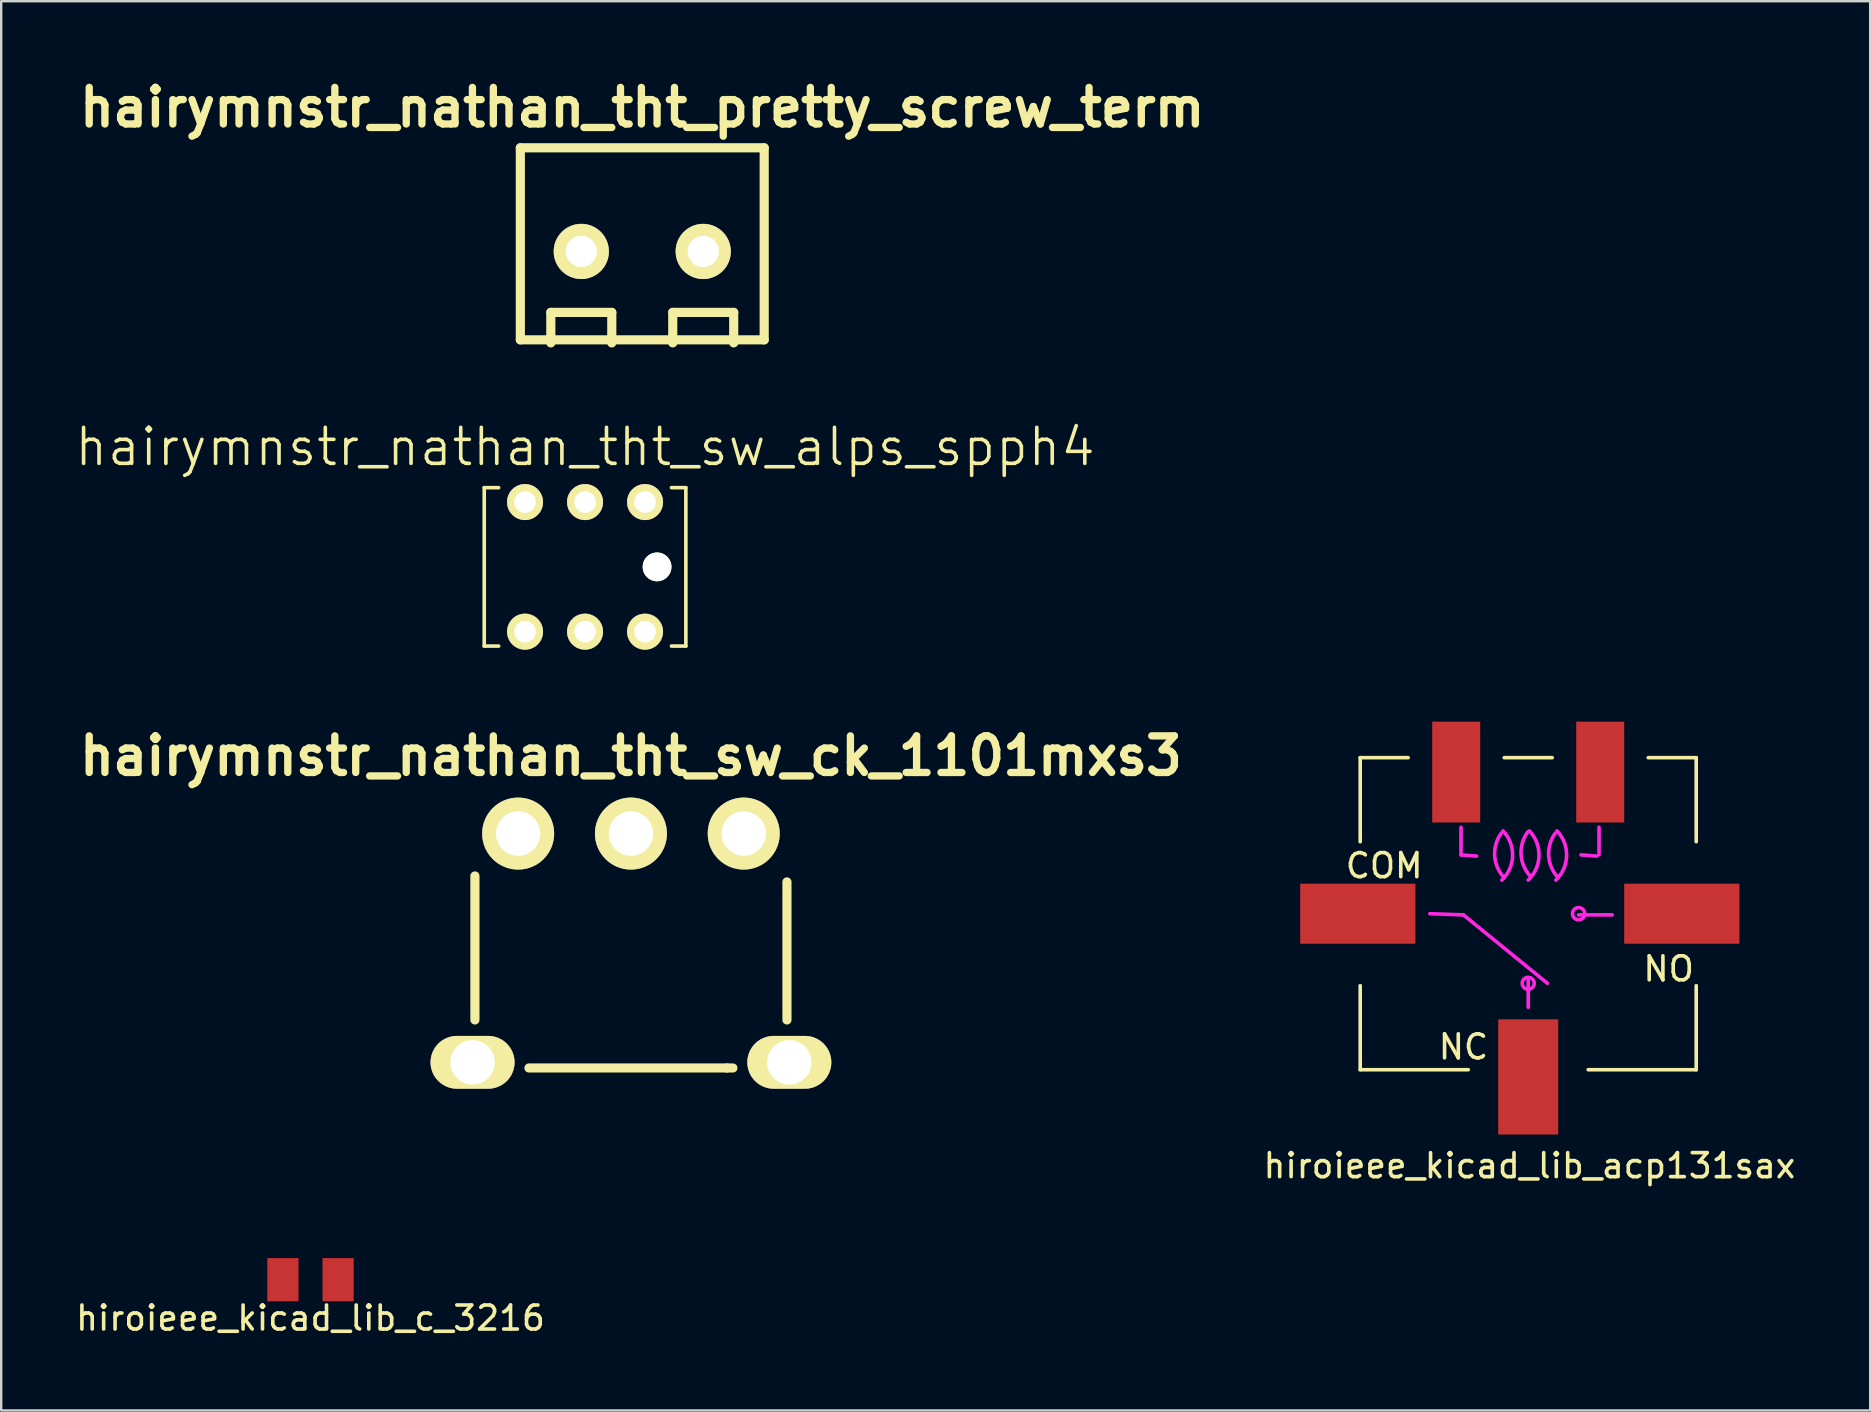
<source format=kicad_pcb>
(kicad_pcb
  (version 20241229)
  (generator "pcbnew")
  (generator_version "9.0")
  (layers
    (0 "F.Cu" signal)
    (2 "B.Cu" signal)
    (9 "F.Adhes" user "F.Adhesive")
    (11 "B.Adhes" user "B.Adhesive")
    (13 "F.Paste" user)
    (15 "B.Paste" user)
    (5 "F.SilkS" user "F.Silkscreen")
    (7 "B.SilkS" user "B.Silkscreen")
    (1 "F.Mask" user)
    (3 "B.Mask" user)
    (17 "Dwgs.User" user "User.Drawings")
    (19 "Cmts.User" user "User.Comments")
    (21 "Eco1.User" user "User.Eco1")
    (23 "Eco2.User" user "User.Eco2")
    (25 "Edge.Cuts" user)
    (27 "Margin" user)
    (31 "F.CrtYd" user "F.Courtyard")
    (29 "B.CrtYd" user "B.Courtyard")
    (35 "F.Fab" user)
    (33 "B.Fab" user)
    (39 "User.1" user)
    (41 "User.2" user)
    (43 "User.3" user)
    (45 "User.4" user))
  (footprint "hairymnstr_nathan_tht_pretty_screw_term"
    (layer "F.Cu")
    (at 23.709 7.426)
    (property "Reference" "hairymnstr_nathan_tht_pretty_screw_term" (at 0 -6 0) (layer "F.SilkS") (effects (font (size 1.524 1.524) (thickness 0.305))))
    (attr through_hole)
    (fp_line (start -5.08 -4.318) (end 5.08 -4.318) (stroke (width 0.381) (type solid)) (layer "F.SilkS"))
    (fp_line (start -5.08 3.683) (end -5.08 -4.318) (stroke (width 0.381) (type solid)) (layer "F.SilkS"))
    (fp_line (start -3.81 2.54) (end -1.27 2.54) (stroke (width 0.381) (type solid)) (layer "F.SilkS"))
    (fp_line (start -3.81 3.81) (end -3.81 2.54) (stroke (width 0.381) (type solid)) (layer "F.SilkS"))
    (fp_line (start -1.27 2.54) (end -1.27 3.81) (stroke (width 0.381) (type solid)) (layer "F.SilkS"))
    (fp_line (start 1.27 2.54) (end 3.81 2.54) (stroke (width 0.381) (type solid)) (layer "F.SilkS"))
    (fp_line (start 1.27 3.81) (end 1.27 2.54) (stroke (width 0.381) (type solid)) (layer "F.SilkS"))
    (fp_line (start 3.81 2.54) (end 3.81 3.81) (stroke (width 0.381) (type solid)) (layer "F.SilkS"))
    (fp_line (start 5.08 -4.318) (end 5.08 3.683) (stroke (width 0.381) (type solid)) (layer "F.SilkS"))
    (fp_line (start 5.08 3.683) (end -5.08 3.683) (stroke (width 0.381) (type solid)) (layer "F.SilkS"))
    (pad "1" thru_hole circle (at -2.54 0) (size 2.3 2.3) (drill 1.3) (layers "*.Cu" "*.Mask" "F.SilkS"))
    (pad "2" thru_hole circle (at 2.54 0) (size 2.3 2.3) (drill 1.3) (layers "*.Cu" "*.Mask" "F.SilkS")))
  (footprint "hairymnstr_nathan_tht_sw_alps_spph4"
    (layer "F.Cu")
    (at 21.325 20.568)
    (property "Reference" "hairymnstr_nathan_tht_sw_alps_spph4" (at 0 -5 0) (layer "F.SilkS") (effects (font (size 1.5 1.5) (thickness 0.15))))
    (attr through_hole)
    (fp_line (start -4.2 -3.3) (end -4.2 3.3) (stroke (width 0.15) (type solid)) (layer "F.SilkS"))
    (fp_line (start -4.2 -3.3) (end -3.6 -3.3) (stroke (width 0.15) (type solid)) (layer "F.SilkS"))
    (fp_line (start -3.6 3.3) (end -4.2 3.3) (stroke (width 0.15) (type solid)) (layer "F.SilkS"))
    (fp_line (start 3.6 -3.3) (end 4.2 -3.3) (stroke (width 0.15) (type solid)) (layer "F.SilkS"))
    (fp_line (start 4.2 -3.3) (end 4.2 3.3) (stroke (width 0.15) (type solid)) (layer "F.SilkS"))
    (fp_line (start 4.2 3.3) (end 3.6 3.3) (stroke (width 0.15) (type solid)) (layer "F.SilkS"))
    (pad "" np_thru_hole circle (at 3 0) (size 1.2 1.2) (drill 1.2) (layers "*.Cu" "*.Mask" "F.SilkS"))
    (pad "1" thru_hole circle (at -2.5 2.7) (size 1.5 1.5) (drill 0.9) (layers "*.Cu" "*.Mask" "F.SilkS"))
    (pad "2" thru_hole circle (at 0 2.7) (size 1.5 1.5) (drill 0.9) (layers "*.Cu" "*.Mask" "F.SilkS"))
    (pad "3" thru_hole circle (at 2.5 2.7) (size 1.5 1.5) (drill 0.9) (layers "*.Cu" "*.Mask" "F.SilkS"))
    (pad "4" thru_hole circle (at -2.5 -2.7) (size 1.5 1.5) (drill 0.9) (layers "*.Cu" "*.Mask" "F.SilkS"))
    (pad "5" thru_hole circle (at 0 -2.7) (size 1.5 1.5) (drill 0.9) (layers "*.Cu" "*.Mask" "F.SilkS"))
    (pad "6" thru_hole circle (at 2.5 -2.7) (size 1.5 1.5) (drill 0.9) (layers "*.Cu" "*.Mask" "F.SilkS")))
  (footprint "hairymnstr_nathan_tht_sw_ck_1101mxs3"
    (layer "F.Cu")
    (at 23.237 36.445)
    (property "Reference" "hairymnstr_nathan_tht_sw_ck_1101mxs3" (at 0 -8.001 0) (layer "F.SilkS") (effects (font (size 1.524 1.524) (thickness 0.305))))
    (attr through_hole)
    (fp_line (start -6.5 3) (end -6.5 -3) (stroke (width 0.381) (type solid)) (layer "F.SilkS"))
    (fp_line (start -4.249 5.001) (end 4 5.001) (stroke (width 0.381) (type solid)) (layer "F.SilkS"))
    (fp_line (start 4 5.001) (end 4.249 5.001) (stroke (width 0.381) (type solid)) (layer "F.SilkS"))
    (fp_line (start 6.5 3) (end 6.5 -2.751) (stroke (width 0.381) (type solid)) (layer "F.SilkS"))
    (pad "1" thru_hole circle (at 4.699 -4.765) (size 3 3) (drill 1.849) (layers "*.Cu" "*.Mask" "F.SilkS"))
    (pad "2" thru_hole circle (at 0 -4.765) (size 3 3) (drill 1.849) (layers "*.Cu" "*.Mask" "F.SilkS"))
    (pad "3" thru_hole circle (at -4.699 -4.765) (size 3 3) (drill 1.849) (layers "*.Cu" "*.Mask" "F.SilkS"))
    (pad "4" thru_hole oval (at -6.599 4.765) (size 3.5 2.2) (drill 1.849) (layers "*.Cu" "*.Mask" "F.SilkS"))
    (pad "4" thru_hole oval (at 6.599 4.765) (size 3.5 2.2) (drill 1.849) (layers "*.Cu" "*.Mask" "F.SilkS")))
  (footprint "hiroieee_kicad_lib_acp131sax"
    (layer "F.Cu")
    (at 60.621 35.018)
    (property "Reference" "hiroieee_kicad_lib_acp131sax" (at 0.05 10.5 0) (layer "F.SilkS") (effects (font (size 1 1) (thickness 0.15))))
    (attr through_hole)
    (fp_line (start -7 -6.5) (end -5 -6.5) (stroke (width 0.15) (type solid)) (layer "F.SilkS"))
    (fp_line (start -7 -3) (end -7 -6.5) (stroke (width 0.15) (type solid)) (layer "F.SilkS"))
    (fp_line (start -7 6.5) (end -7 3) (stroke (width 0.15) (type solid)) (layer "F.SilkS"))
    (fp_line (start -2.5 6.5) (end -7 6.5) (stroke (width 0.15) (type solid)) (layer "F.SilkS"))
    (fp_line (start -1 -6.5) (end 1 -6.5) (stroke (width 0.15) (type solid)) (layer "F.SilkS"))
    (fp_line (start 5 -6.5) (end 7 -6.5) (stroke (width 0.15) (type solid)) (layer "F.SilkS"))
    (fp_line (start 7 -6.5) (end 7 -3) (stroke (width 0.15) (type solid)) (layer "F.SilkS"))
    (fp_line (start 7 3) (end 7 6.5) (stroke (width 0.15) (type solid)) (layer "F.SilkS"))
    (fp_line (start 7 6.5) (end 2.5 6.5) (stroke (width 0.15) (type solid)) (layer "F.SilkS"))
    (fp_line (start -4.1 0) (end -2.7 0.05) (stroke (width 0.15) (type solid)) (layer "F.CrtYd"))
    (fp_line (start -2.8 -3.6) (end -2.8 -2.45) (stroke (width 0.15) (type solid)) (layer "F.CrtYd"))
    (fp_line (start -2.8 -2.45) (end -2.15 -2.4) (stroke (width 0.15) (type solid)) (layer "F.CrtYd"))
    (fp_line (start -2.7 0.05) (end 0.8 2.9) (stroke (width 0.15) (type solid)) (layer "F.CrtYd"))
    (fp_line (start 0 3.9) (end 0 2.75) (stroke (width 0.15) (type solid)) (layer "F.CrtYd"))
    (fp_line (start 2.2 -2.45) (end 2.85 -2.4) (stroke (width 0.15) (type solid)) (layer "F.CrtYd"))
    (fp_line (start 2.95 -3.6) (end 2.95 -2.45) (stroke (width 0.15) (type solid)) (layer "F.CrtYd"))
    (fp_line (start 3.5 0.05) (end 2.1 0.05) (stroke (width 0.15) (type solid)) (layer "F.CrtYd"))
    (fp_arc (start -1.05 -3.45) (mid -0.650431 -2.414645) (end -1.1 -1.4) (stroke (width 0.15) (type solid)) (layer "F.CrtYd"))
    (fp_arc (start -1 -1.5) (mid -1.397134 -2.408883) (end -1.117138 -3.3604) (stroke (width 0.15) (type solid)) (layer "F.CrtYd"))
    (fp_arc (start 0.05 -3.45) (mid 0.449569 -2.414645) (end 0 -1.4) (stroke (width 0.15) (type solid)) (layer "F.CrtYd"))
    (fp_arc (start 0.1 -1.55) (mid -0.297134 -2.458883) (end -0.017138 -3.4104) (stroke (width 0.15) (type solid)) (layer "F.CrtYd"))
    (fp_arc (start 1.2 -3.45) (mid 1.599569 -2.414645) (end 1.15 -1.4) (stroke (width 0.15) (type solid)) (layer "F.CrtYd"))
    (fp_arc (start 1.25 -1.5) (mid 0.852866 -2.408883) (end 1.132862 -3.3604) (stroke (width 0.15) (type solid)) (layer "F.CrtYd"))
    (fp_circle (center 0 2.9) (end 0.15 3.1) (stroke (width 0.15) (type solid)) (fill no) (layer "F.CrtYd"))
    (fp_circle (center 2.1 0) (end 2.15 0.25) (stroke (width 0.15) (type solid)) (fill no) (layer "F.CrtYd"))
    (fp_text user "COM" (at -6 -2 0) (layer "F.SilkS") (effects (font (size 1 1) (thickness 0.15))))
    (fp_text user "NO" (at 5.85 2.3 0) (layer "F.SilkS") (effects (font (size 1 1) (thickness 0.15))))
    (fp_text user "NC" (at -2.7 5.55 0) (layer "F.SilkS") (effects (font (size 1 1) (thickness 0.15))))
    (pad "1" smd rect (at -3 -5.9) (size 2 4.2) (layers "F.Cu" "F.Mask" "F.Paste"))
    (pad "2" smd rect (at 3 -5.9) (size 2 4.2) (layers "F.Cu" "F.Mask" "F.Paste"))
    (pad "3" smd rect (at -7.1 0) (size 4.8 2.5) (layers "F.Cu" "F.Mask" "F.Paste"))
    (pad "4" smd rect (at 6.4 0) (size 4.8 2.5) (layers "F.Cu" "F.Mask" "F.Paste"))
    (pad "5" smd rect (at 0 6.8) (size 2.5 4.8) (layers "F.Cu" "F.Mask" "F.Paste")))
  (footprint "hiroieee_kicad_lib_c_3216"
    (layer "F.Cu")
    (at 9.887 50.266)
    (property "Reference" "hiroieee_kicad_lib_c_3216" (at 0 1.6 0) (layer "F.SilkS") (effects (font (size 1 1) (thickness 0.15))))
    (attr through_hole)
    (pad "1" smd rect (at -1.15 0) (size 1.3 1.8) (layers "F.Cu" "F.Mask" "F.Paste"))
    (pad "2" smd rect (at 1.15 0) (size 1.3 1.8) (layers "F.Cu" "F.Mask" "F.Paste")))
  (gr_rect
    (start -3 -3)
    (end 74.868 55.714)
    (stroke (width 0.1) (type default))
    (fill no)
    (layer "Edge.Cuts")))
</source>
